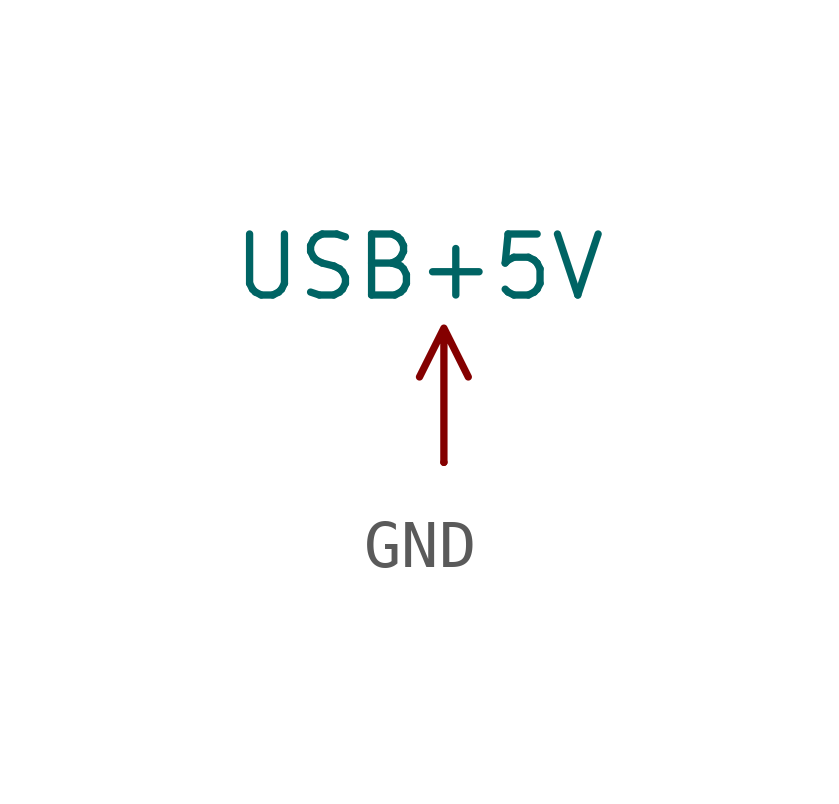
<source format=kicad_sym>
(kicad_symbol_lib
  (version 20231120)
  (generator "kicad_symbol_editor")
  (generator_version "8.0")
  (symbol "GND"
    (power)
    (pin_numbers hide)
    (pin_names
      (offset 0) hide)
    (property "Reference" "#PWR"
      (at 0 -6.35 0)
      (effects (font (size 1.27 1.27)) (hide yes)))
    (property "Value" "USB+5V"
      (at -0.508 4.064 0)
      (effects (font (size 1.27 1.27))))
    (symbol "GND_0_1"
      (polyline (pts (xy 0 0) (xy 0 2.794) (xy -0.508 1.778) (xy 0 2.794) (xy 0.508 1.778) (xy 0 2.794)) (stroke (width 0) (type default)) (fill (type none))))
    (symbol "GND_1_1"
      (pin power_in line (at 0 0 90) (length 0) (name "~" (effects (font (size 1.27 1.27)))) (number "1" (effects (font (size 1.27 1.27))))))))
</source>
